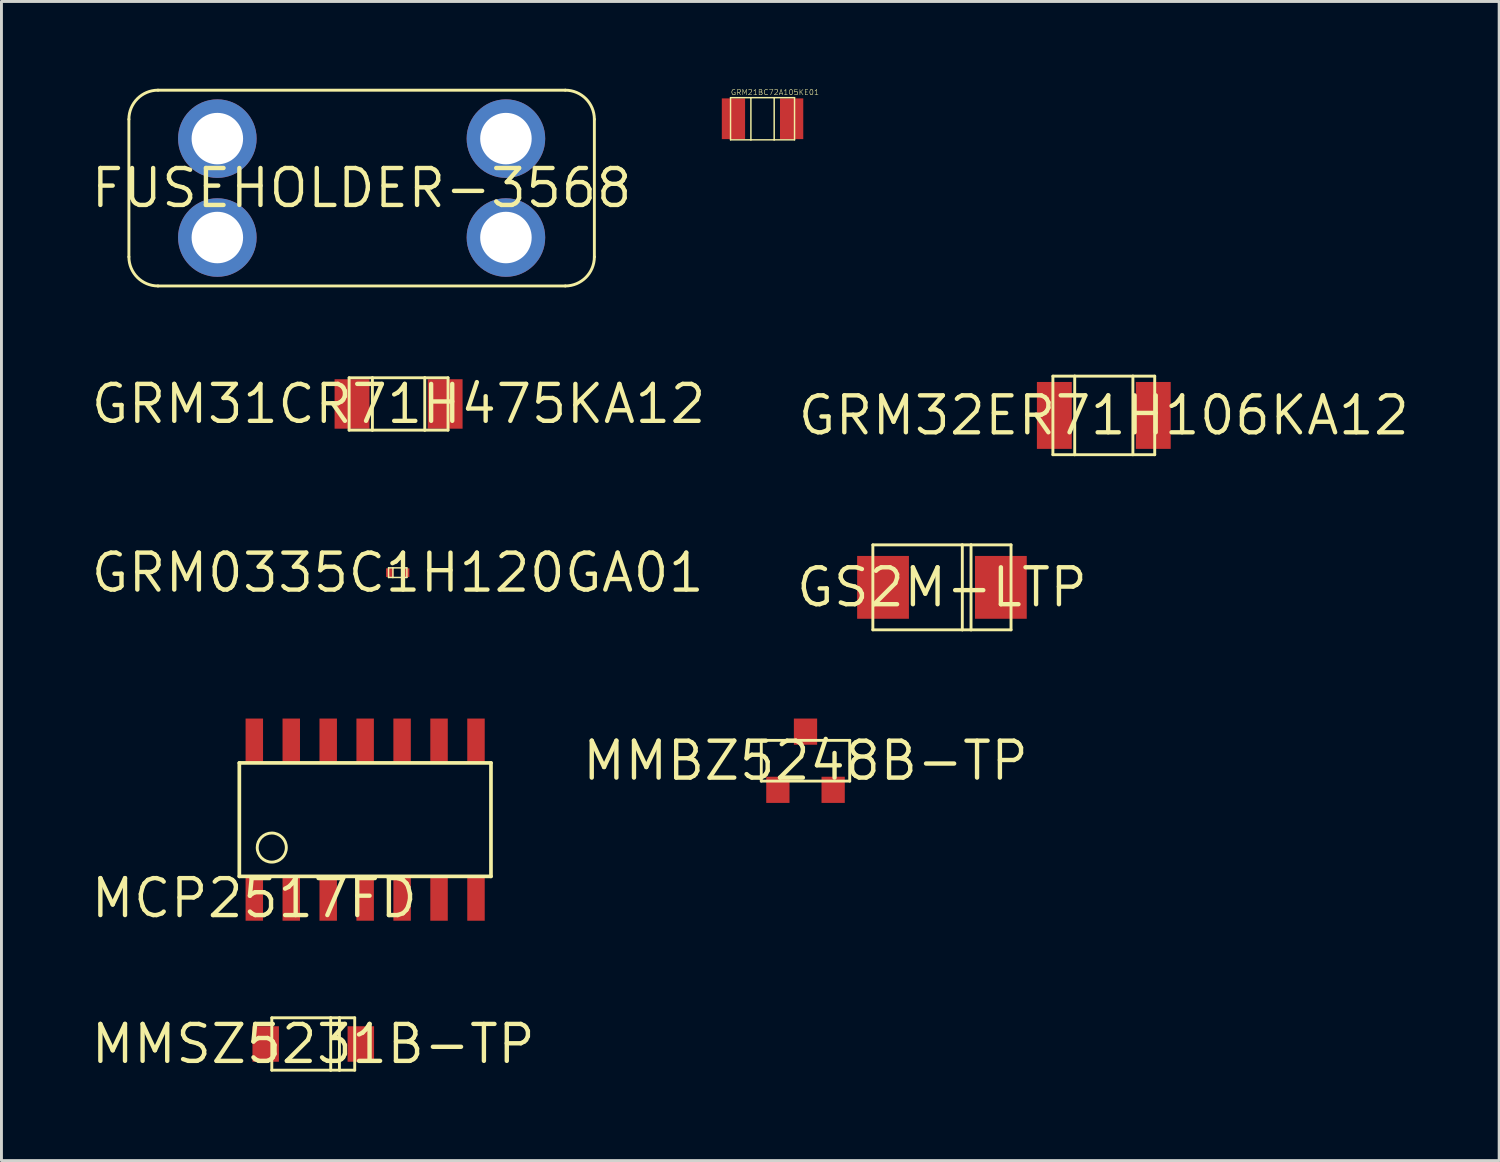
<source format=kicad_pcb>
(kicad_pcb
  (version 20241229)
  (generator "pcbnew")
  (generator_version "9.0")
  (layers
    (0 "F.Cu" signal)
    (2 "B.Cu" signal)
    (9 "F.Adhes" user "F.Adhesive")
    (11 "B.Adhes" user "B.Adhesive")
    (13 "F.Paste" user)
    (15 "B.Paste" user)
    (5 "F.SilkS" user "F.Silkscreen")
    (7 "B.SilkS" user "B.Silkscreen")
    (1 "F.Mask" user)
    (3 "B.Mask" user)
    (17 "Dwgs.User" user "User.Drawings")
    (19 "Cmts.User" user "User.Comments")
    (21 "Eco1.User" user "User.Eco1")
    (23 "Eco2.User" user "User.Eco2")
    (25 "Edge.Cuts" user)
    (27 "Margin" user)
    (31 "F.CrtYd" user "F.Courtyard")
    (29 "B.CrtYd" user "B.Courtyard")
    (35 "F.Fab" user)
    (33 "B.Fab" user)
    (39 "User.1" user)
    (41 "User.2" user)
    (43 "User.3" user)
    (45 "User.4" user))
  (footprint "GRM31CR71H475KA12"
    (layer "F.Cu")
    (at 10.651 10.836)
    (property "Reference" "GRM31CR71H475KA12" (at 0 0 0) (layer "F.SilkS") (effects (font (size 1.27 1.27) (thickness 0.15))))
    (fp_line (start -1.7 -0.9) (end -1.7 0.9) (stroke (width 0.1) (type solid)) (layer "F.SilkS"))
    (fp_line (start -1.7 0.9) (end -0.9 0.9) (stroke (width 0.1) (type solid)) (layer "F.SilkS"))
    (fp_line (start -0.9 -0.9) (end -1.7 -0.9) (stroke (width 0.1) (type solid)) (layer "F.SilkS"))
    (fp_line (start -0.9 -0.9) (end -0.9 0.9) (stroke (width 0.1) (type solid)) (layer "F.SilkS"))
    (fp_line (start -0.9 0.9) (end 0.9 0.9) (stroke (width 0.1) (type solid)) (layer "F.SilkS"))
    (fp_line (start 0.9 -0.9) (end -0.9 -0.9) (stroke (width 0.1) (type solid)) (layer "F.SilkS"))
    (fp_line (start 0.9 0.9) (end 0.9 -0.9) (stroke (width 0.1) (type solid)) (layer "F.SilkS"))
    (fp_line (start 0.9 0.9) (end 1.7 0.9) (stroke (width 0.1) (type solid)) (layer "F.SilkS"))
    (fp_line (start 1.7 -0.9) (end 0.9 -0.9) (stroke (width 0.1) (type solid)) (layer "F.SilkS"))
    (fp_line (start 1.7 0.9) (end 1.7 -0.9) (stroke (width 0.1) (type solid)) (layer "F.SilkS"))
    (pad "1" smd rect (at -1.6 0) (size 1.2 1.7) (layers "F.Cu" "F.Mask" "F.Paste"))
    (pad "2" smd rect (at 1.6 0) (size 1.2 1.7) (layers "F.Cu" "F.Mask" "F.Paste")))
  (footprint "GRM21BC72A105KE01"
    (layer "F.Cu")
    (at 23.162 1.032)
    (property "Reference" "GRM21BC72A105KE01" (at -1.1 -0.8 0) (layer "F.SilkS") (effects (font (size 0.184 0.184) (thickness 0.016)) (justify left bottom)))
    (fp_line (start -1.1 -0.725) (end -1.1 0.725) (stroke (width 0.05) (type solid)) (layer "F.SilkS"))
    (fp_line (start -1.1 0.725) (end -0.4 0.725) (stroke (width 0.05) (type solid)) (layer "F.SilkS"))
    (fp_line (start -0.4 -0.725) (end -1.1 -0.725) (stroke (width 0.05) (type solid)) (layer "F.SilkS"))
    (fp_line (start -0.4 -0.725) (end -0.4 0.725) (stroke (width 0.05) (type solid)) (layer "F.SilkS"))
    (fp_line (start -0.4 0.725) (end 0.4 0.725) (stroke (width 0.05) (type solid)) (layer "F.SilkS"))
    (fp_line (start 0.4 -0.725) (end -0.4 -0.725) (stroke (width 0.05) (type solid)) (layer "F.SilkS"))
    (fp_line (start 0.4 -0.725) (end 0.4 0.725) (stroke (width 0.05) (type solid)) (layer "F.SilkS"))
    (fp_line (start 0.4 0.725) (end 1.1 0.725) (stroke (width 0.05) (type solid)) (layer "F.SilkS"))
    (fp_line (start 1.1 -0.725) (end 0.4 -0.725) (stroke (width 0.05) (type solid)) (layer "F.SilkS"))
    (fp_line (start 1.1 0.725) (end 1.1 -0.725) (stroke (width 0.05) (type solid)) (layer "F.SilkS"))
    (pad "P$1" smd rect (at -1 0) (size 0.8 1.4) (layers "F.Cu" "F.Mask" "F.Paste"))
    (pad "P$2" smd rect (at 1 0) (size 0.8 1.4) (layers "F.Cu" "F.Mask" "F.Paste")))
  (footprint "GS2M-LTP"
    (layer "F.Cu")
    (at 29.329 17.14)
    (property "Reference" "GS2M-LTP" (at 0 0 0) (layer "F.SilkS") (effects (font (size 1.27 1.27) (thickness 0.15))))
    (fp_line (start -2.375 -1.46) (end -2.375 1.46) (stroke (width 0.1) (type solid)) (layer "F.SilkS"))
    (fp_line (start -2.375 1.46) (end 0.7 1.46) (stroke (width 0.1) (type solid)) (layer "F.SilkS"))
    (fp_line (start 0.7 -1.46) (end -2.375 -1.46) (stroke (width 0.1) (type solid)) (layer "F.SilkS"))
    (fp_line (start 0.7 -1.46) (end 0.7 1.46) (stroke (width 0.1) (type solid)) (layer "F.SilkS"))
    (fp_line (start 0.7 1.46) (end 1 1.46) (stroke (width 0.1) (type solid)) (layer "F.SilkS"))
    (fp_line (start 1 -1.46) (end 0.7 -1.46) (stroke (width 0.1) (type solid)) (layer "F.SilkS"))
    (fp_line (start 1 -1.46) (end 1 1.46) (stroke (width 0.1) (type solid)) (layer "F.SilkS"))
    (fp_line (start 1 1.46) (end 2.375 1.46) (stroke (width 0.1) (type solid)) (layer "F.SilkS"))
    (fp_line (start 2.375 -1.46) (end 1 -1.46) (stroke (width 0.1) (type solid)) (layer "F.SilkS"))
    (fp_line (start 2.375 1.46) (end 2.375 -1.46) (stroke (width 0.1) (type solid)) (layer "F.SilkS"))
    (pad "A" smd rect (at -2.025 0) (size 1.78 2.16) (layers "F.Cu" "F.Mask" "F.Paste"))
    (pad "C" smd rect (at 2.025 0) (size 1.78 2.16) (layers "F.Cu" "F.Mask" "F.Paste")))
  (footprint "GRM0335C1H120GA01"
    (layer "F.Cu")
    (at 10.621 16.636)
    (property "Reference" "GRM0335C1H120GA01" (at 0 0 0) (layer "F.SilkS") (effects (font (size 1.27 1.27) (thickness 0.15))))
    (fp_line (start -0.315 -0.165) (end -0.315 0.165) (stroke (width 0.05) (type solid)) (layer "F.SilkS"))
    (fp_line (start -0.315 0.165) (end -0.165 0.165) (stroke (width 0.05) (type solid)) (layer "F.SilkS"))
    (fp_line (start -0.165 -0.165) (end -0.315 -0.165) (stroke (width 0.05) (type solid)) (layer "F.SilkS"))
    (fp_line (start -0.165 0.165) (end -0.165 -0.165) (stroke (width 0.05) (type solid)) (layer "F.SilkS"))
    (fp_line (start -0.165 0.165) (end 0.165 0.165) (stroke (width 0.05) (type solid)) (layer "F.SilkS"))
    (fp_line (start 0.165 -0.165) (end -0.165 -0.165) (stroke (width 0.05) (type solid)) (layer "F.SilkS"))
    (fp_line (start 0.165 -0.165) (end 0.165 0.165) (stroke (width 0.05) (type solid)) (layer "F.SilkS"))
    (fp_line (start 0.165 0.165) (end 0.315 0.165) (stroke (width 0.05) (type solid)) (layer "F.SilkS"))
    (fp_line (start 0.315 -0.165) (end 0.165 -0.165) (stroke (width 0.05) (type solid)) (layer "F.SilkS"))
    (fp_line (start 0.315 0.165) (end 0.315 -0.165) (stroke (width 0.05) (type solid)) (layer "F.SilkS"))
    (pad "1" smd rect (at -0.275 0) (size 0.25 0.3) (layers "F.Cu" "F.Mask" "F.Paste"))
    (pad "2" smd rect (at 0.275 0) (size 0.25 0.3) (layers "F.Cu" "F.Mask" "F.Paste")))
  (footprint "MCP2517FD"
    (layer "F.Cu")
    (at 5.692 27.825)
    (property "Reference" "MCP2517FD" (at 0 0 0) (layer "F.SilkS") (effects (font (size 1.27 1.27) (thickness 0.15))))
    (fp_line (start -0.515 -4.65) (end -0.515 -0.75) (stroke (width 0.127) (type solid)) (layer "F.SilkS"))
    (fp_line (start -0.515 -0.75) (end 8.135 -0.75) (stroke (width 0.127) (type solid)) (layer "F.SilkS"))
    (fp_line (start 8.135 -4.65) (end -0.515 -4.65) (stroke (width 0.127) (type solid)) (layer "F.SilkS"))
    (fp_line (start 8.135 -0.75) (end 8.135 -4.65) (stroke (width 0.127) (type solid)) (layer "F.SilkS"))
    (fp_circle (center 0.6 -1.74) (end 1.1 -1.74) (stroke (width 0.1) (type solid)) (fill no) (layer "F.SilkS"))
    (pad "CLKO/SOF" smd rect (at 2.54 0) (size 0.6 1.55) (layers "F.Cu" "F.Mask" "F.Paste"))
    (pad "INT" smd rect (at 3.81 0) (size 0.6 1.55) (layers "F.Cu" "F.Mask" "F.Paste"))
    (pad "INT0/GPIO0" smd rect (at 6.35 -5.4) (size 0.6 1.55) (layers "F.Cu" "F.Mask" "F.Paste"))
    (pad "INT1/GPIO1" smd rect (at 7.62 -5.4) (size 0.6 1.55) (layers "F.Cu" "F.Mask" "F.Paste"))
    (pad "NCS" smd rect (at 1.27 -5.4) (size 0.6 1.55) (layers "F.Cu" "F.Mask" "F.Paste"))
    (pad "OSC1" smd rect (at 6.35 0) (size 0.6 1.55) (layers "F.Cu" "F.Mask" "F.Paste"))
    (pad "OSC2" smd rect (at 5.08 0) (size 0.6 1.55) (layers "F.Cu" "F.Mask" "F.Paste"))
    (pad "RXCAN" smd rect (at 1.27 0) (size 0.6 1.55) (layers "F.Cu" "F.Mask" "F.Paste"))
    (pad "SCK" smd rect (at 5.08 -5.4) (size 0.6 1.55) (layers "F.Cu" "F.Mask" "F.Paste"))
    (pad "SDI" smd rect (at 3.81 -5.4) (size 0.6 1.55) (layers "F.Cu" "F.Mask" "F.Paste"))
    (pad "SDO" smd rect (at 2.54 -5.4) (size 0.6 1.55) (layers "F.Cu" "F.Mask" "F.Paste"))
    (pad "TXCAN" smd rect (at 0 0) (size 0.6 1.55) (layers "F.Cu" "F.Mask" "F.Paste"))
    (pad "VDD" smd rect (at 0 -5.4) (size 0.6 1.55) (layers "F.Cu" "F.Mask" "F.Paste"))
    (pad "VSS" smd rect (at 7.62 0) (size 0.6 1.55) (layers "F.Cu" "F.Mask" "F.Paste")))
  (footprint "MMBZ5248B-TP"
    (layer "F.Cu")
    (at 24.639 23.1)
    (property "Reference" "MMBZ5248B-TP" (at 0 0 0) (layer "F.SilkS") (effects (font (size 1.27 1.27) (thickness 0.15))))
    (fp_line (start -1.52 -0.7) (end -1.52 0.7) (stroke (width 0.1) (type solid)) (layer "F.SilkS"))
    (fp_line (start -1.52 0.7) (end 1.52 0.7) (stroke (width 0.1) (type solid)) (layer "F.SilkS"))
    (fp_line (start 1.52 -0.7) (end -1.52 -0.7) (stroke (width 0.1) (type solid)) (layer "F.SilkS"))
    (fp_line (start 1.52 0.7) (end 1.52 -0.7) (stroke (width 0.1) (type solid)) (layer "F.SilkS"))
    (pad "ANODE" smd rect (at -0.95 1) (size 0.8 0.9) (layers "F.Cu" "F.Mask" "F.Paste"))
    (pad "CATHODE" smd rect (at 0 -1) (size 0.8 0.9) (layers "F.Cu" "F.Mask" "F.Paste"))
    (pad "NC" smd rect (at 0.95 1) (size 0.8 0.9) (layers "F.Cu" "F.Mask" "F.Paste")))
  (footprint "GRM32ER71H106KA12"
    (layer "F.Cu")
    (at 34.893 11.23)
    (property "Reference" "GRM32ER71H106KA12" (at 0 0 0) (layer "F.SilkS") (effects (font (size 1.27 1.27) (thickness 0.15))))
    (fp_line (start -1.75 -1.35) (end -1.75 1.35) (stroke (width 0.1) (type solid)) (layer "F.SilkS"))
    (fp_line (start -1.75 1.35) (end -1 1.35) (stroke (width 0.1) (type solid)) (layer "F.SilkS"))
    (fp_line (start -1 -1.35) (end -1.75 -1.35) (stroke (width 0.1) (type solid)) (layer "F.SilkS"))
    (fp_line (start -1 1.35) (end -1 -1.35) (stroke (width 0.1) (type solid)) (layer "F.SilkS"))
    (fp_line (start -1 1.35) (end 1 1.35) (stroke (width 0.1) (type solid)) (layer "F.SilkS"))
    (fp_line (start 1 -1.35) (end -1 -1.35) (stroke (width 0.1) (type solid)) (layer "F.SilkS"))
    (fp_line (start 1 -1.35) (end 1 1.35) (stroke (width 0.1) (type solid)) (layer "F.SilkS"))
    (fp_line (start 1 1.35) (end 1.75 1.35) (stroke (width 0.1) (type solid)) (layer "F.SilkS"))
    (fp_line (start 1.75 -1.35) (end 1 -1.35) (stroke (width 0.1) (type solid)) (layer "F.SilkS"))
    (fp_line (start 1.75 1.35) (end 1.75 -1.35) (stroke (width 0.1) (type solid)) (layer "F.SilkS"))
    (pad "L" smd rect (at -1.7 0) (size 1.2 2.3) (layers "F.Cu" "F.Mask" "F.Paste"))
    (pad "R" smd rect (at 1.7 0) (size 1.2 2.3) (layers "F.Cu" "F.Mask" "F.Paste")))
  (footprint "FUSEHOLDER-3568"
    (layer "F.Cu")
    (at 9.381 3.415)
    (property "Reference" "FUSEHOLDER-3568" (at 0 0 0) (layer "F.SilkS") (effects (font (size 1.27 1.27) (thickness 0.15))))
    (fp_line (start -8 -2.365) (end -8 2.365) (stroke (width 0.1) (type solid)) (layer "F.SilkS"))
    (fp_line (start -7 3.365) (end 7 3.365) (stroke (width 0.1) (type solid)) (layer "F.SilkS"))
    (fp_line (start 7 -3.365) (end -7 -3.365) (stroke (width 0.1) (type solid)) (layer "F.SilkS"))
    (fp_line (start 8 2.365) (end 8 -2.365) (stroke (width 0.1) (type solid)) (layer "F.SilkS"))
    (fp_arc (start -8 -2.365) (mid -7.707107 -3.072107) (end -7 -3.365) (stroke (width 0.1) (type solid)) (layer "F.SilkS"))
    (fp_arc (start -7 3.365) (mid -7.707107 3.072107) (end -8 2.365) (stroke (width 0.1) (type solid)) (layer "F.SilkS"))
    (fp_arc (start 7 -3.365) (mid 7.707107 -3.072107) (end 8 -2.365) (stroke (width 0.1) (type solid)) (layer "F.SilkS"))
    (fp_arc (start 8 2.365) (mid 7.707107 3.072107) (end 7 3.365) (stroke (width 0.1) (type solid)) (layer "F.SilkS"))
    (pad "L1" thru_hole circle (at -4.96 -1.7) (size 2.7 2.7) (drill 1.77) (layers "*.Cu" "*.Mask"))
    (pad "L2" thru_hole circle (at -4.96 1.7) (size 2.7 2.7) (drill 1.77) (layers "*.Cu" "*.Mask"))
    (pad "R1" thru_hole circle (at 4.96 -1.7) (size 2.7 2.7) (drill 1.77) (layers "*.Cu" "*.Mask"))
    (pad "R2" thru_hole circle (at 4.96 1.7) (size 2.7 2.7) (drill 1.77) (layers "*.Cu" "*.Mask")))
  (footprint "MMSZ5231B-TP"
    (layer "F.Cu")
    (at 7.718 32.837)
    (property "Reference" "MMSZ5231B-TP" (at 0 0 0) (layer "F.SilkS") (effects (font (size 1.27 1.27) (thickness 0.15))))
    (fp_line (start -1.425 -0.9) (end -1.425 0.9) (stroke (width 0.1) (type solid)) (layer "F.SilkS"))
    (fp_line (start -1.425 0.9) (end 0.6 0.9) (stroke (width 0.1) (type solid)) (layer "F.SilkS"))
    (fp_line (start 0.6 -0.9) (end -1.425 -0.9) (stroke (width 0.1) (type solid)) (layer "F.SilkS"))
    (fp_line (start 0.6 -0.9) (end 0.6 0.9) (stroke (width 0.1) (type solid)) (layer "F.SilkS"))
    (fp_line (start 0.6 0.9) (end 0.9 0.9) (stroke (width 0.1) (type solid)) (layer "F.SilkS"))
    (fp_line (start 0.9 -0.9) (end 0.6 -0.9) (stroke (width 0.1) (type solid)) (layer "F.SilkS"))
    (fp_line (start 0.9 -0.9) (end 0.9 0.9) (stroke (width 0.1) (type solid)) (layer "F.SilkS"))
    (fp_line (start 0.9 0.9) (end 1.425 0.9) (stroke (width 0.1) (type solid)) (layer "F.SilkS"))
    (fp_line (start 1.425 -0.9) (end 0.9 -0.9) (stroke (width 0.1) (type solid)) (layer "F.SilkS"))
    (fp_line (start 1.425 0.9) (end 1.425 -0.9) (stroke (width 0.1) (type solid)) (layer "F.SilkS"))
    (pad "ANODE" smd rect (at -1.635 0) (size 0.91 1.22) (layers "F.Cu" "F.Mask" "F.Paste"))
    (pad "CATHODE" smd rect (at 1.635 0) (size 0.91 1.22) (layers "F.Cu" "F.Mask" "F.Paste")))
  (gr_rect
    (start -3 -3)
    (end 48.483 36.844)
    (stroke (width 0.1) (type default))
    (fill no)
    (layer "Edge.Cuts")))
</source>
